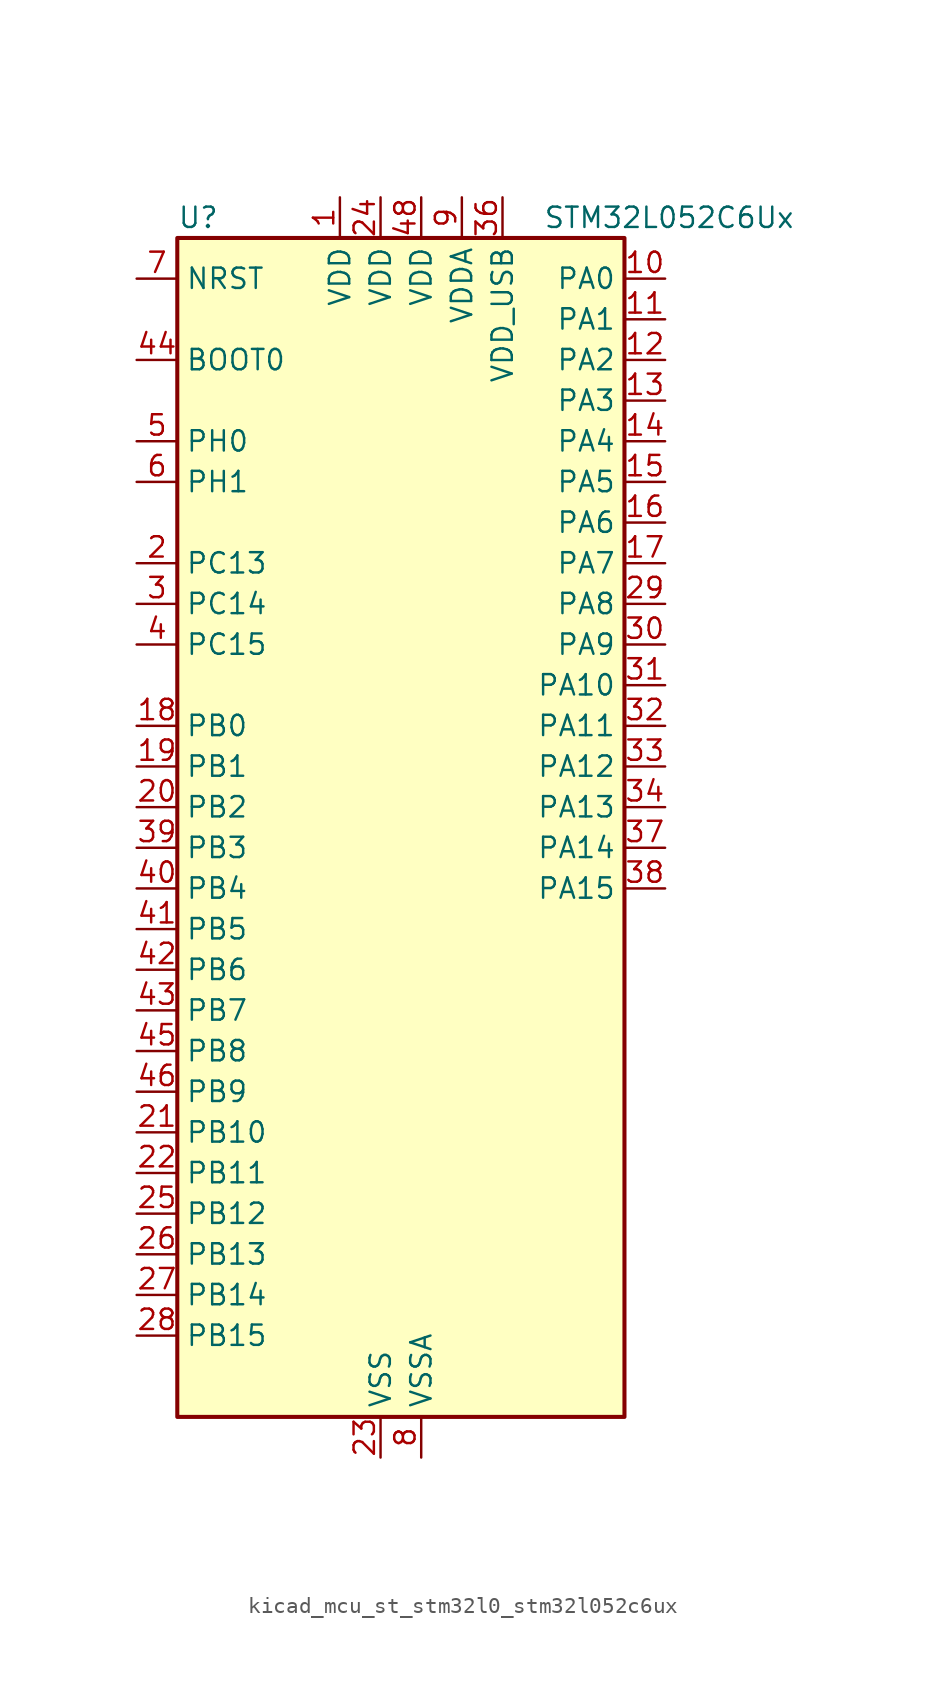
<source format=kicad_sym>
(kicad_symbol_lib
  (version 20220914)
  (generator kicad_symbol_editor)
  (symbol "kicad_mcu_st_stm32l0_stm32l052c6ux"
    (property "Reference" "U"
      (at -12.7 39.37 0)
      (effects (font (size 1.27 1.27)) (justify left)))
    (property "Value" "STM32L052C6Ux"
      (at 10.16 39.37 0)
      (effects (font (size 1.27 1.27)) (justify left)))
    (property "ki_locked" ""
      (at 0 0 0)
      (effects (font (size 1.27 1.27))))
    (symbol "kicad_mcu_st_stm32l0_stm32l052c6ux_0_1"
      (rectangle (start -12.7 -35.56) (end 15.24 38.1) (stroke (width 0.254) (type default)) (fill (type background))))
    (symbol "kicad_mcu_st_stm32l0_stm32l052c6ux_1_1"
      (pin power_in line (at -2.54 40.64 270) (length 2.54) (name "VDD" (effects (font (size 1.27 1.27)))) (number "1" (effects (font (size 1.27 1.27)))))
      (pin bidirectional line (at 17.78 35.56 180) (length 2.54) (name "PA0" (effects (font (size 1.27 1.27)))) (number "10" (effects (font (size 1.27 1.27)))) (alternate "ADC_IN0" bidirectional line) (alternate "COMP1_INM" bidirectional line) (alternate "COMP1_OUT" bidirectional line) (alternate "RTC_TAMP2" bidirectional line) (alternate "SYS_WKUP1" bidirectional line) (alternate "TIM2_CH1" bidirectional line) (alternate "TIM2_ETR" bidirectional line) (alternate "TSC_G1_IO1" bidirectional line) (alternate "USART2_CTS" bidirectional line))
      (pin bidirectional line (at 17.78 33.02 180) (length 2.54) (name "PA1" (effects (font (size 1.27 1.27)))) (number "11" (effects (font (size 1.27 1.27)))) (alternate "ADC_IN1" bidirectional line) (alternate "COMP1_INP" bidirectional line) (alternate "TIM21_ETR" bidirectional line) (alternate "TIM2_CH2" bidirectional line) (alternate "TSC_G1_IO2" bidirectional line) (alternate "USART2_DE" bidirectional line) (alternate "USART2_RTS" bidirectional line))
      (pin bidirectional line (at 17.78 30.48 180) (length 2.54) (name "PA2" (effects (font (size 1.27 1.27)))) (number "12" (effects (font (size 1.27 1.27)))) (alternate "ADC_IN2" bidirectional line) (alternate "COMP2_INM" bidirectional line) (alternate "COMP2_OUT" bidirectional line) (alternate "TIM21_CH1" bidirectional line) (alternate "TIM2_CH3" bidirectional line) (alternate "TSC_G1_IO3" bidirectional line) (alternate "USART2_TX" bidirectional line))
      (pin bidirectional line (at 17.78 27.94 180) (length 2.54) (name "PA3" (effects (font (size 1.27 1.27)))) (number "13" (effects (font (size 1.27 1.27)))) (alternate "ADC_IN3" bidirectional line) (alternate "COMP2_INP" bidirectional line) (alternate "TIM21_CH2" bidirectional line) (alternate "TIM2_CH4" bidirectional line) (alternate "TSC_G1_IO4" bidirectional line) (alternate "USART2_RX" bidirectional line))
      (pin bidirectional line (at 17.78 25.4 180) (length 2.54) (name "PA4" (effects (font (size 1.27 1.27)))) (number "14" (effects (font (size 1.27 1.27)))) (alternate "ADC_IN4" bidirectional line) (alternate "COMP1_INM" bidirectional line) (alternate "COMP2_INM" bidirectional line) (alternate "DAC_OUT1" bidirectional line) (alternate "SPI1_NSS" bidirectional line) (alternate "TIM22_ETR" bidirectional line) (alternate "TSC_G2_IO1" bidirectional line) (alternate "USART2_CK" bidirectional line))
      (pin bidirectional line (at 17.78 22.86 180) (length 2.54) (name "PA5" (effects (font (size 1.27 1.27)))) (number "15" (effects (font (size 1.27 1.27)))) (alternate "ADC_IN5" bidirectional line) (alternate "COMP1_INM" bidirectional line) (alternate "COMP2_INM" bidirectional line) (alternate "SPI1_SCK" bidirectional line) (alternate "TIM2_CH1" bidirectional line) (alternate "TIM2_ETR" bidirectional line) (alternate "TSC_G2_IO2" bidirectional line))
      (pin bidirectional line (at 17.78 20.32 180) (length 2.54) (name "PA6" (effects (font (size 1.27 1.27)))) (number "16" (effects (font (size 1.27 1.27)))) (alternate "ADC_IN6" bidirectional line) (alternate "COMP1_OUT" bidirectional line) (alternate "LPUART1_CTS" bidirectional line) (alternate "SPI1_MISO" bidirectional line) (alternate "TIM22_CH1" bidirectional line) (alternate "TSC_G2_IO3" bidirectional line))
      (pin bidirectional line (at 17.78 17.78 180) (length 2.54) (name "PA7" (effects (font (size 1.27 1.27)))) (number "17" (effects (font (size 1.27 1.27)))) (alternate "ADC_IN7" bidirectional line) (alternate "COMP2_OUT" bidirectional line) (alternate "SPI1_MOSI" bidirectional line) (alternate "TIM22_CH2" bidirectional line) (alternate "TSC_G2_IO4" bidirectional line))
      (pin bidirectional line (at -15.24 7.62 0) (length 2.54) (name "PB0" (effects (font (size 1.27 1.27)))) (number "18" (effects (font (size 1.27 1.27)))) (alternate "ADC_IN8" bidirectional line) (alternate "SYS_VREF_OUT_PB0" bidirectional line) (alternate "TSC_G3_IO2" bidirectional line))
      (pin bidirectional line (at -15.24 5.08 0) (length 2.54) (name "PB1" (effects (font (size 1.27 1.27)))) (number "19" (effects (font (size 1.27 1.27)))) (alternate "ADC_IN9" bidirectional line) (alternate "LPUART1_DE" bidirectional line) (alternate "LPUART1_RTS" bidirectional line) (alternate "SYS_VREF_OUT_PB1" bidirectional line) (alternate "TSC_G3_IO3" bidirectional line))
      (pin bidirectional line (at -15.24 17.78 0) (length 2.54) (name "PC13" (effects (font (size 1.27 1.27)))) (number "2" (effects (font (size 1.27 1.27)))) (alternate "RTC_OUT_ALARM" bidirectional line) (alternate "RTC_OUT_CALIB" bidirectional line) (alternate "RTC_TAMP1" bidirectional line) (alternate "RTC_TS" bidirectional line) (alternate "SYS_WKUP2" bidirectional line))
      (pin bidirectional line (at -15.24 2.54 0) (length 2.54) (name "PB2" (effects (font (size 1.27 1.27)))) (number "20" (effects (font (size 1.27 1.27)))) (alternate "LPTIM1_OUT" bidirectional line) (alternate "TSC_G3_IO4" bidirectional line))
      (pin bidirectional line (at -15.24 -17.78 0) (length 2.54) (name "PB10" (effects (font (size 1.27 1.27)))) (number "21" (effects (font (size 1.27 1.27)))) (alternate "I2C2_SCL" bidirectional line) (alternate "LPUART1_TX" bidirectional line) (alternate "SPI2_SCK" bidirectional line) (alternate "TIM2_CH3" bidirectional line) (alternate "TSC_SYNC" bidirectional line))
      (pin bidirectional line (at -15.24 -20.32 0) (length 2.54) (name "PB11" (effects (font (size 1.27 1.27)))) (number "22" (effects (font (size 1.27 1.27)))) (alternate "ADC_EXTI11" bidirectional line) (alternate "I2C2_SDA" bidirectional line) (alternate "LPUART1_RX" bidirectional line) (alternate "TIM2_CH4" bidirectional line) (alternate "TSC_G6_IO1" bidirectional line))
      (pin power_in line (at 0 -38.1 90) (length 2.54) (name "VSS" (effects (font (size 1.27 1.27)))) (number "23" (effects (font (size 1.27 1.27)))))
      (pin power_in line (at 0 40.64 270) (length 2.54) (name "VDD" (effects (font (size 1.27 1.27)))) (number "24" (effects (font (size 1.27 1.27)))))
      (pin bidirectional line (at -15.24 -22.86 0) (length 2.54) (name "PB12" (effects (font (size 1.27 1.27)))) (number "25" (effects (font (size 1.27 1.27)))) (alternate "I2S2_WS" bidirectional line) (alternate "LPUART1_DE" bidirectional line) (alternate "LPUART1_RTS" bidirectional line) (alternate "SPI2_NSS" bidirectional line) (alternate "TSC_G6_IO2" bidirectional line))
      (pin bidirectional line (at -15.24 -25.4 0) (length 2.54) (name "PB13" (effects (font (size 1.27 1.27)))) (number "26" (effects (font (size 1.27 1.27)))) (alternate "I2C2_SCL" bidirectional line) (alternate "I2S2_CK" bidirectional line) (alternate "LPUART1_CTS" bidirectional line) (alternate "SPI2_SCK" bidirectional line) (alternate "TIM21_CH1" bidirectional line) (alternate "TSC_G6_IO3" bidirectional line))
      (pin bidirectional line (at -15.24 -27.94 0) (length 2.54) (name "PB14" (effects (font (size 1.27 1.27)))) (number "27" (effects (font (size 1.27 1.27)))) (alternate "I2C2_SDA" bidirectional line) (alternate "I2S2_MCK" bidirectional line) (alternate "LPUART1_DE" bidirectional line) (alternate "LPUART1_RTS" bidirectional line) (alternate "RTC_OUT_ALARM" bidirectional line) (alternate "RTC_OUT_CALIB" bidirectional line) (alternate "SPI2_MISO" bidirectional line) (alternate "TIM21_CH2" bidirectional line) (alternate "TSC_G6_IO4" bidirectional line))
      (pin bidirectional line (at -15.24 -30.48 0) (length 2.54) (name "PB15" (effects (font (size 1.27 1.27)))) (number "28" (effects (font (size 1.27 1.27)))) (alternate "I2S2_SD" bidirectional line) (alternate "RTC_REFIN" bidirectional line) (alternate "SPI2_MOSI" bidirectional line))
      (pin bidirectional line (at 17.78 15.24 180) (length 2.54) (name "PA8" (effects (font (size 1.27 1.27)))) (number "29" (effects (font (size 1.27 1.27)))) (alternate "CRS_SYNC" bidirectional line) (alternate "RCC_MCO" bidirectional line) (alternate "USART1_CK" bidirectional line))
      (pin bidirectional line (at -15.24 15.24 0) (length 2.54) (name "PC14" (effects (font (size 1.27 1.27)))) (number "3" (effects (font (size 1.27 1.27)))) (alternate "RCC_OSC32_IN" bidirectional line))
      (pin bidirectional line (at 17.78 12.7 180) (length 2.54) (name "PA9" (effects (font (size 1.27 1.27)))) (number "30" (effects (font (size 1.27 1.27)))) (alternate "DAC_EXTI9" bidirectional line) (alternate "RCC_MCO" bidirectional line) (alternate "TSC_G4_IO1" bidirectional line) (alternate "USART1_TX" bidirectional line))
      (pin bidirectional line (at 17.78 10.16 180) (length 2.54) (name "PA10" (effects (font (size 1.27 1.27)))) (number "31" (effects (font (size 1.27 1.27)))) (alternate "TSC_G4_IO2" bidirectional line) (alternate "USART1_RX" bidirectional line))
      (pin bidirectional line (at 17.78 7.62 180) (length 2.54) (name "PA11" (effects (font (size 1.27 1.27)))) (number "32" (effects (font (size 1.27 1.27)))) (alternate "ADC_EXTI11" bidirectional line) (alternate "COMP1_OUT" bidirectional line) (alternate "SPI1_MISO" bidirectional line) (alternate "TSC_G4_IO3" bidirectional line) (alternate "USART1_CTS" bidirectional line) (alternate "USB_DM" bidirectional line))
      (pin bidirectional line (at 17.78 5.08 180) (length 2.54) (name "PA12" (effects (font (size 1.27 1.27)))) (number "33" (effects (font (size 1.27 1.27)))) (alternate "COMP2_OUT" bidirectional line) (alternate "SPI1_MOSI" bidirectional line) (alternate "TSC_G4_IO4" bidirectional line) (alternate "USART1_DE" bidirectional line) (alternate "USART1_RTS" bidirectional line) (alternate "USB_DP" bidirectional line))
      (pin bidirectional line (at 17.78 2.54 180) (length 2.54) (name "PA13" (effects (font (size 1.27 1.27)))) (number "34" (effects (font (size 1.27 1.27)))) (alternate "SYS_SWDIO" bidirectional line) (alternate "USB_NOE" bidirectional line))
      (pin passive line (at 0 -38.1 90) (length 2.54) hide (name "VSS" (effects (font (size 1.27 1.27)))) (number "35" (effects (font (size 1.27 1.27)))))
      (pin power_in line (at 7.62 40.64 270) (length 2.54) (name "VDD_USB" (effects (font (size 1.27 1.27)))) (number "36" (effects (font (size 1.27 1.27)))))
      (pin bidirectional line (at 17.78 0 180) (length 2.54) (name "PA14" (effects (font (size 1.27 1.27)))) (number "37" (effects (font (size 1.27 1.27)))) (alternate "SYS_SWCLK" bidirectional line) (alternate "USART2_TX" bidirectional line))
      (pin bidirectional line (at 17.78 -2.54 180) (length 2.54) (name "PA15" (effects (font (size 1.27 1.27)))) (number "38" (effects (font (size 1.27 1.27)))) (alternate "SPI1_NSS" bidirectional line) (alternate "TIM2_CH1" bidirectional line) (alternate "TIM2_ETR" bidirectional line) (alternate "USART2_RX" bidirectional line))
      (pin bidirectional line (at -15.24 0 0) (length 2.54) (name "PB3" (effects (font (size 1.27 1.27)))) (number "39" (effects (font (size 1.27 1.27)))) (alternate "COMP2_INM" bidirectional line) (alternate "SPI1_SCK" bidirectional line) (alternate "TIM2_CH2" bidirectional line) (alternate "TSC_G5_IO1" bidirectional line))
      (pin bidirectional line (at -15.24 12.7 0) (length 2.54) (name "PC15" (effects (font (size 1.27 1.27)))) (number "4" (effects (font (size 1.27 1.27)))) (alternate "RCC_OSC32_OUT" bidirectional line))
      (pin bidirectional line (at -15.24 -2.54 0) (length 2.54) (name "PB4" (effects (font (size 1.27 1.27)))) (number "40" (effects (font (size 1.27 1.27)))) (alternate "COMP2_INP" bidirectional line) (alternate "SPI1_MISO" bidirectional line) (alternate "TIM22_CH1" bidirectional line) (alternate "TSC_G5_IO2" bidirectional line))
      (pin bidirectional line (at -15.24 -5.08 0) (length 2.54) (name "PB5" (effects (font (size 1.27 1.27)))) (number "41" (effects (font (size 1.27 1.27)))) (alternate "COMP2_INP" bidirectional line) (alternate "I2C1_SMBA" bidirectional line) (alternate "LPTIM1_IN1" bidirectional line) (alternate "SPI1_MOSI" bidirectional line) (alternate "TIM22_CH2" bidirectional line))
      (pin bidirectional line (at -15.24 -7.62 0) (length 2.54) (name "PB6" (effects (font (size 1.27 1.27)))) (number "42" (effects (font (size 1.27 1.27)))) (alternate "COMP2_INP" bidirectional line) (alternate "I2C1_SCL" bidirectional line) (alternate "LPTIM1_ETR" bidirectional line) (alternate "TSC_G5_IO3" bidirectional line) (alternate "USART1_TX" bidirectional line))
      (pin bidirectional line (at -15.24 -10.16 0) (length 2.54) (name "PB7" (effects (font (size 1.27 1.27)))) (number "43" (effects (font (size 1.27 1.27)))) (alternate "COMP2_INP" bidirectional line) (alternate "I2C1_SDA" bidirectional line) (alternate "LPTIM1_IN2" bidirectional line) (alternate "SYS_PVD_IN" bidirectional line) (alternate "TSC_G5_IO4" bidirectional line) (alternate "USART1_RX" bidirectional line))
      (pin input line (at -15.24 30.48 0) (length 2.54) (name "BOOT0" (effects (font (size 1.27 1.27)))) (number "44" (effects (font (size 1.27 1.27)))))
      (pin bidirectional line (at -15.24 -12.7 0) (length 2.54) (name "PB8" (effects (font (size 1.27 1.27)))) (number "45" (effects (font (size 1.27 1.27)))) (alternate "I2C1_SCL" bidirectional line) (alternate "TSC_SYNC" bidirectional line))
      (pin bidirectional line (at -15.24 -15.24 0) (length 2.54) (name "PB9" (effects (font (size 1.27 1.27)))) (number "46" (effects (font (size 1.27 1.27)))) (alternate "DAC_EXTI9" bidirectional line) (alternate "I2C1_SDA" bidirectional line) (alternate "I2S2_WS" bidirectional line) (alternate "SPI2_NSS" bidirectional line))
      (pin passive line (at 0 -38.1 90) (length 2.54) hide (name "VSS" (effects (font (size 1.27 1.27)))) (number "47" (effects (font (size 1.27 1.27)))))
      (pin power_in line (at 2.54 40.64 270) (length 2.54) (name "VDD" (effects (font (size 1.27 1.27)))) (number "48" (effects (font (size 1.27 1.27)))))
      (pin passive line (at 0 -38.1 90) (length 2.54) hide (name "VSS" (effects (font (size 1.27 1.27)))) (number "49" (effects (font (size 1.27 1.27)))))
      (pin bidirectional line (at -15.24 25.4 0) (length 2.54) (name "PH0" (effects (font (size 1.27 1.27)))) (number "5" (effects (font (size 1.27 1.27)))) (alternate "CRS_SYNC" bidirectional line) (alternate "RCC_OSC_IN" bidirectional line))
      (pin bidirectional line (at -15.24 22.86 0) (length 2.54) (name "PH1" (effects (font (size 1.27 1.27)))) (number "6" (effects (font (size 1.27 1.27)))) (alternate "RCC_OSC_OUT" bidirectional line))
      (pin input line (at -15.24 35.56 0) (length 2.54) (name "NRST" (effects (font (size 1.27 1.27)))) (number "7" (effects (font (size 1.27 1.27)))))
      (pin power_in line (at 2.54 -38.1 90) (length 2.54) (name "VSSA" (effects (font (size 1.27 1.27)))) (number "8" (effects (font (size 1.27 1.27)))))
      (pin power_in line (at 5.08 40.64 270) (length 2.54) (name "VDDA" (effects (font (size 1.27 1.27)))) (number "9" (effects (font (size 1.27 1.27))))))))
</source>
